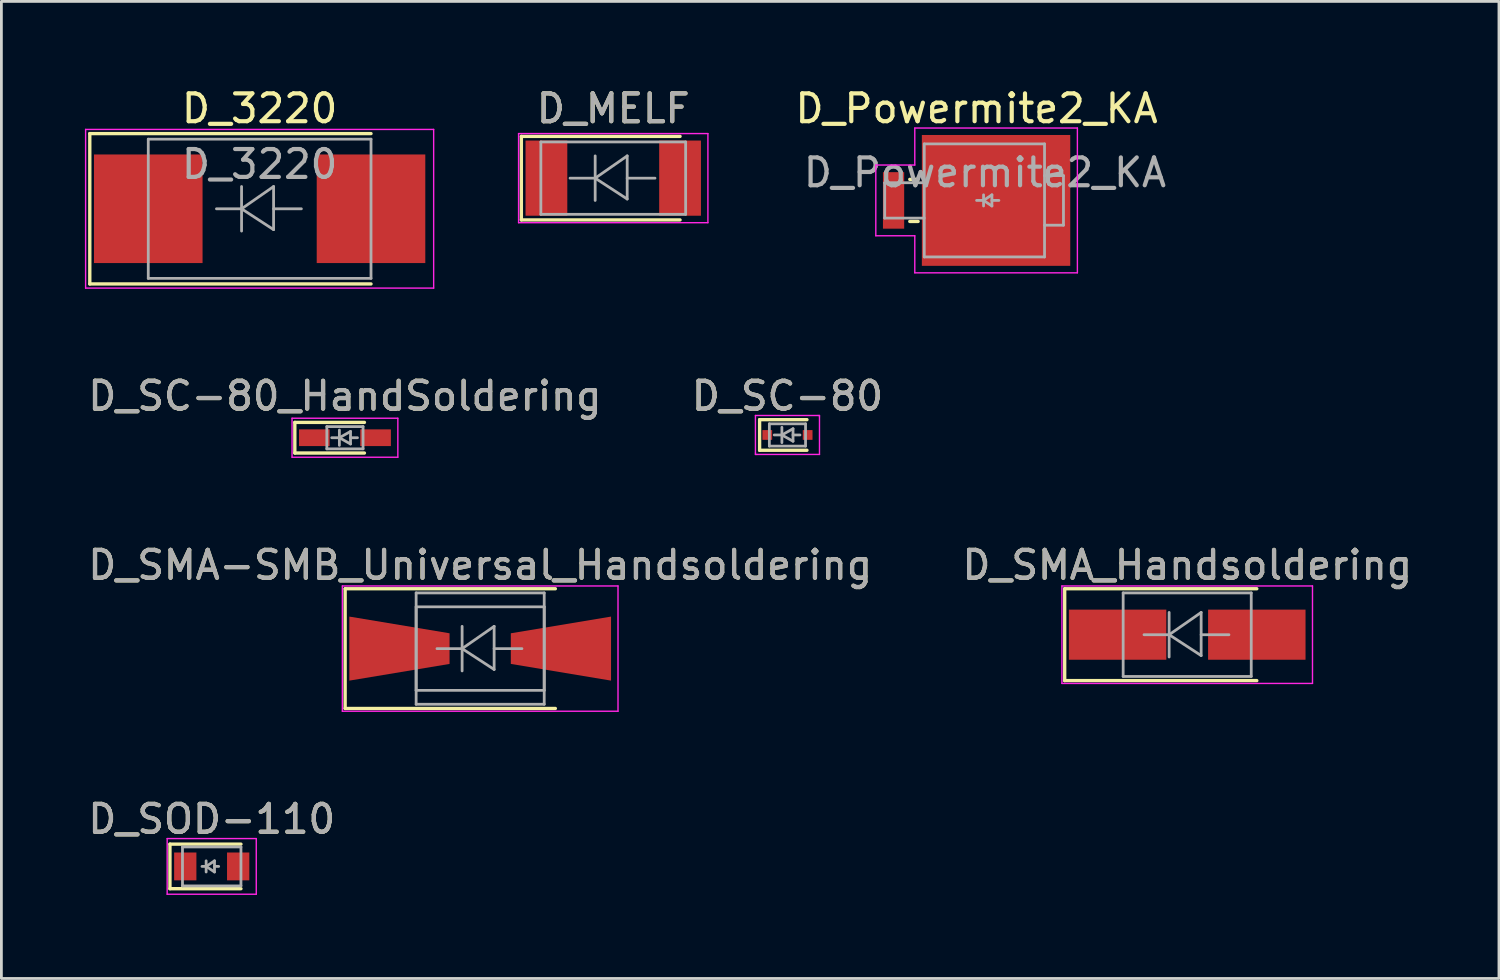
<source format=kicad_pcb>
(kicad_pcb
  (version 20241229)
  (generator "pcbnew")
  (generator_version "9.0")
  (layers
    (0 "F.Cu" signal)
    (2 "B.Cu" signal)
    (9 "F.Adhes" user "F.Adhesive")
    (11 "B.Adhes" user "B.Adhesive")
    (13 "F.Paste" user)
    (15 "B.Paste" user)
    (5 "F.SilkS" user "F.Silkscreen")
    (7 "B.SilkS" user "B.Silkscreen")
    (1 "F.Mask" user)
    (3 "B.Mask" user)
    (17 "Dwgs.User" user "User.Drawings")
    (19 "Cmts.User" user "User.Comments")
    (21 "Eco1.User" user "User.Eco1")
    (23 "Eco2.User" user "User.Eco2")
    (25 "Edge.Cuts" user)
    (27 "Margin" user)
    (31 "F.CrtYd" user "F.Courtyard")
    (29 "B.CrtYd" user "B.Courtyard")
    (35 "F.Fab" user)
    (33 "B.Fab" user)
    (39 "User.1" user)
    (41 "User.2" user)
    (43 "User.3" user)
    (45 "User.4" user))
  (footprint "D_SMA_Handsoldering"
    (layer "F.Cu")
    (at 39.589 19.745)
    (property "Reference" "D_SMA_Handsoldering" (at 0 -2.5 0) (layer "F.SilkS") (effects (font (size 1 1) (thickness 0.15))))
    (attr smd)
    (fp_line (start -4.4 -1.65) (end -4.4 1.65) (stroke (width 0.12) (type solid)) (layer "F.SilkS"))
    (fp_line (start -4.4 -1.65) (end 2.5 -1.65) (stroke (width 0.12) (type solid)) (layer "F.SilkS"))
    (fp_line (start -4.4 1.65) (end 2.5 1.65) (stroke (width 0.12) (type solid)) (layer "F.SilkS"))
    (fp_line (start -4.5 -1.75) (end 4.5 -1.75) (stroke (width 0.05) (type solid)) (layer "F.CrtYd"))
    (fp_line (start -4.5 1.75) (end -4.5 -1.75) (stroke (width 0.05) (type solid)) (layer "F.CrtYd"))
    (fp_line (start 4.5 -1.75) (end 4.5 1.75) (stroke (width 0.05) (type solid)) (layer "F.CrtYd"))
    (fp_line (start 4.5 1.75) (end -4.5 1.75) (stroke (width 0.05) (type solid)) (layer "F.CrtYd"))
    (fp_line (start -2.3 1.5) (end -2.3 -1.5) (stroke (width 0.1) (type solid)) (layer "F.Fab"))
    (fp_line (start -0.649 -0.799) (end -0.649 0.801) (stroke (width 0.1) (type solid)) (layer "F.Fab"))
    (fp_line (start -0.649 0.001) (end -1.551 0.001) (stroke (width 0.1) (type solid)) (layer "F.Fab"))
    (fp_line (start -0.649 0.001) (end 0.501 -0.799) (stroke (width 0.1) (type solid)) (layer "F.Fab"))
    (fp_line (start -0.649 0.001) (end 0.501 0.75) (stroke (width 0.1) (type solid)) (layer "F.Fab"))
    (fp_line (start 0.501 0.001) (end 1.499 0.001) (stroke (width 0.1) (type solid)) (layer "F.Fab"))
    (fp_line (start 0.501 0.75) (end 0.501 -0.799) (stroke (width 0.1) (type solid)) (layer "F.Fab"))
    (fp_line (start 2.3 -1.5) (end -2.3 -1.5) (stroke (width 0.1) (type solid)) (layer "F.Fab"))
    (fp_line (start 2.3 -1.5) (end 2.3 1.5) (stroke (width 0.1) (type solid)) (layer "F.Fab"))
    (fp_line (start 2.3 1.5) (end -2.3 1.5) (stroke (width 0.1) (type solid)) (layer "F.Fab"))
    (fp_text user "${REFERENCE}" (at 0 -2.5 0) (layer "F.Fab") (effects (font (size 1 1) (thickness 0.15))))
    (pad "1" smd rect (at -2.5 0) (size 3.5 1.8) (layers "F.Cu" "F.Mask" "F.Paste"))
    (pad "2" smd rect (at 2.5 0) (size 3.5 1.8) (layers "F.Cu" "F.Mask" "F.Paste")))
  (footprint "D_SOD-110"
    (layer "F.Cu")
    (at 4.554 28.068)
    (property "Reference" "D_SOD-110" (at 0 -1.7 0) (layer "F.SilkS") (effects (font (size 1 1) (thickness 0.15))))
    (attr smd)
    (fp_line (start -1.5 -0.8) (end -1.5 0.8) (stroke (width 0.12) (type solid)) (layer "F.SilkS"))
    (fp_line (start -1.5 -0.8) (end 1.05 -0.8) (stroke (width 0.12) (type solid)) (layer "F.SilkS"))
    (fp_line (start -1.5 0.8) (end 1.05 0.8) (stroke (width 0.12) (type solid)) (layer "F.SilkS"))
    (fp_line (start -1.6 -1) (end -1.6 1) (stroke (width 0.05) (type solid)) (layer "F.CrtYd"))
    (fp_line (start -1.6 -1) (end 1.6 -1) (stroke (width 0.05) (type solid)) (layer "F.CrtYd"))
    (fp_line (start 1.6 -1) (end 1.6 1) (stroke (width 0.05) (type solid)) (layer "F.CrtYd"))
    (fp_line (start 1.6 1) (end -1.6 1) (stroke (width 0.05) (type solid)) (layer "F.CrtYd"))
    (fp_line (start -1.05 -0.7) (end -1.05 0.7) (stroke (width 0.1) (type solid)) (layer "F.Fab"))
    (fp_line (start -1.05 0.7) (end 1.05 0.7) (stroke (width 0.1) (type solid)) (layer "F.Fab"))
    (fp_line (start -0.2 0) (end -0.35 0) (stroke (width 0.1) (type solid)) (layer "F.Fab"))
    (fp_line (start -0.2 0) (end 0.1 0.2) (stroke (width 0.1) (type solid)) (layer "F.Fab"))
    (fp_line (start -0.2 0.2) (end -0.2 -0.2) (stroke (width 0.1) (type solid)) (layer "F.Fab"))
    (fp_line (start 0.1 -0.2) (end -0.2 0) (stroke (width 0.1) (type solid)) (layer "F.Fab"))
    (fp_line (start 0.1 0) (end 0.25 0) (stroke (width 0.1) (type solid)) (layer "F.Fab"))
    (fp_line (start 0.1 0.2) (end 0.1 -0.2) (stroke (width 0.1) (type solid)) (layer "F.Fab"))
    (fp_line (start 1.05 -0.7) (end -1.05 -0.7) (stroke (width 0.1) (type solid)) (layer "F.Fab"))
    (fp_line (start 1.05 0.7) (end 1.05 -0.7) (stroke (width 0.1) (type solid)) (layer "F.Fab"))
    (fp_text user "${REFERENCE}" (at 0 -1.7 0) (layer "F.Fab") (effects (font (size 1 1) (thickness 0.15))))
    (pad "1" smd rect (at -0.95 0) (size 0.8 1) (layers "F.Cu" "F.Mask" "F.Paste"))
    (pad "2" smd rect (at 0.95 0) (size 0.8 1) (layers "F.Cu" "F.Mask" "F.Paste")))
  (footprint "D_SC-80"
    (layer "F.Cu")
    (at 25.232 12.572)
    (property "Reference" "D_SC-80" (at 0 -1.4 0) (layer "F.SilkS") (effects (font (size 1 1) (thickness 0.15))))
    (attr smd)
    (fp_line (start -1 -0.55) (end -1 0.55) (stroke (width 0.12) (type solid)) (layer "F.SilkS"))
    (fp_line (start -1 0.55) (end 0.7 0.55) (stroke (width 0.12) (type solid)) (layer "F.SilkS"))
    (fp_line (start 0.7 -0.55) (end -1 -0.55) (stroke (width 0.12) (type solid)) (layer "F.SilkS"))
    (fp_line (start -1.15 -0.7) (end 1.1 -0.7) (stroke (width 0.05) (type solid)) (layer "F.CrtYd"))
    (fp_line (start -1.15 0.65) (end -1.15 -0.7) (stroke (width 0.05) (type solid)) (layer "F.CrtYd"))
    (fp_line (start -1.15 0.65) (end -1.15 0.7) (stroke (width 0.05) (type solid)) (layer "F.CrtYd"))
    (fp_line (start -1.15 0.7) (end -1.1 0.7) (stroke (width 0.05) (type solid)) (layer "F.CrtYd"))
    (fp_line (start 1.1 -0.7) (end 1.15 -0.7) (stroke (width 0.05) (type solid)) (layer "F.CrtYd"))
    (fp_line (start 1.15 -0.7) (end 1.15 -0.65) (stroke (width 0.05) (type solid)) (layer "F.CrtYd"))
    (fp_line (start 1.15 -0.65) (end 1.15 0.7) (stroke (width 0.05) (type solid)) (layer "F.CrtYd"))
    (fp_line (start 1.15 0.7) (end -1.1 0.7) (stroke (width 0.05) (type solid)) (layer "F.CrtYd"))
    (fp_line (start -0.65 -0.4) (end 0.65 -0.4) (stroke (width 0.1) (type solid)) (layer "F.Fab"))
    (fp_line (start -0.65 0.4) (end -0.65 -0.4) (stroke (width 0.1) (type solid)) (layer "F.Fab"))
    (fp_line (start -0.2 -0.275) (end -0.2 0.275) (stroke (width 0.1) (type solid)) (layer "F.Fab"))
    (fp_line (start -0.2 0) (end -0.475 0) (stroke (width 0.1) (type solid)) (layer "F.Fab"))
    (fp_line (start -0.2 0) (end 0.2 -0.225) (stroke (width 0.1) (type solid)) (layer "F.Fab"))
    (fp_line (start 0.2 -0.225) (end 0.2 0.225) (stroke (width 0.1) (type solid)) (layer "F.Fab"))
    (fp_line (start 0.2 0) (end 0.45 0) (stroke (width 0.1) (type solid)) (layer "F.Fab"))
    (fp_line (start 0.2 0.225) (end -0.2 0) (stroke (width 0.1) (type solid)) (layer "F.Fab"))
    (fp_line (start 0.65 -0.4) (end 0.65 0.4) (stroke (width 0.1) (type solid)) (layer "F.Fab"))
    (fp_line (start 0.65 0.4) (end -0.65 0.4) (stroke (width 0.1) (type solid)) (layer "F.Fab"))
    (fp_text user "${REFERENCE}" (at 0 -1.4 0) (layer "F.Fab") (effects (font (size 1 1) (thickness 0.15))))
    (pad "1" smd rect (at -0.725 0) (size 0.35 0.35) (layers "F.Cu" "F.Mask" "F.Paste"))
    (pad "2" smd rect (at 0.725 0) (size 0.35 0.35) (layers "F.Cu" "F.Mask" "F.Paste")))
  (footprint "D_MELF"
    (layer "F.Cu")
    (at 18.975 3.348)
    (property "Reference" "D_MELF" (at 0 -2.5 0) (layer "F.SilkS") (effects (font (size 1 1) (thickness 0.15))))
    (attr smd)
    (fp_line (start -3.3 -1.5) (end -3.3 1.5) (stroke (width 0.12) (type solid)) (layer "F.SilkS"))
    (fp_line (start -3.3 1.5) (end 2.4 1.5) (stroke (width 0.12) (type solid)) (layer "F.SilkS"))
    (fp_line (start 2.4 -1.5) (end -3.3 -1.5) (stroke (width 0.12) (type solid)) (layer "F.SilkS"))
    (fp_line (start -3.4 -1.6) (end 3.4 -1.6) (stroke (width 0.05) (type solid)) (layer "F.CrtYd"))
    (fp_line (start -3.4 1.6) (end -3.4 -1.6) (stroke (width 0.05) (type solid)) (layer "F.CrtYd"))
    (fp_line (start 3.4 -1.6) (end 3.4 1.6) (stroke (width 0.05) (type solid)) (layer "F.CrtYd"))
    (fp_line (start 3.4 1.6) (end -3.4 1.6) (stroke (width 0.05) (type solid)) (layer "F.CrtYd"))
    (fp_line (start -2.6 -1.3) (end -2.6 1.3) (stroke (width 0.1) (type solid)) (layer "F.Fab"))
    (fp_line (start -2.6 1.3) (end 2.6 1.3) (stroke (width 0.1) (type solid)) (layer "F.Fab"))
    (fp_line (start -0.649 -0.799) (end -0.649 0.801) (stroke (width 0.1) (type solid)) (layer "F.Fab"))
    (fp_line (start -0.649 0.001) (end -1.551 0.001) (stroke (width 0.1) (type solid)) (layer "F.Fab"))
    (fp_line (start -0.649 0.001) (end 0.501 -0.799) (stroke (width 0.1) (type solid)) (layer "F.Fab"))
    (fp_line (start -0.649 0.001) (end 0.501 0.75) (stroke (width 0.1) (type solid)) (layer "F.Fab"))
    (fp_line (start 0.501 0.001) (end 1.499 0.001) (stroke (width 0.1) (type solid)) (layer "F.Fab"))
    (fp_line (start 0.501 0.75) (end 0.501 -0.799) (stroke (width 0.1) (type solid)) (layer "F.Fab"))
    (fp_line (start 2.6 -1.3) (end -2.6 -1.3) (stroke (width 0.1) (type solid)) (layer "F.Fab"))
    (fp_line (start 2.6 1.3) (end 2.6 -1.3) (stroke (width 0.1) (type solid)) (layer "F.Fab"))
    (fp_text user "${REFERENCE}" (at 0 -2.5 0) (layer "F.Fab") (effects (font (size 1 1) (thickness 0.15))))
    (pad "1" smd rect (at -2.4 0) (size 1.5 2.7) (layers "F.Cu" "F.Mask" "F.Paste"))
    (pad "2" smd rect (at 2.4 0) (size 1.5 2.7) (layers "F.Cu" "F.Mask" "F.Paste")))
  (footprint "D_3220"
    (layer "F.Cu")
    (at 6.275 4.448)
    (property "Reference" "D_3220" (at 0 -3.6 0) (layer "F.SilkS") (effects (font (size 1 1) (thickness 0.15))))
    (attr smd)
    (fp_line (start -6.1 -2.7) (end 4 -2.7) (stroke (width 0.12) (type solid)) (layer "F.SilkS"))
    (fp_line (start -6.1 2.7) (end -6.1 -2.7) (stroke (width 0.12) (type solid)) (layer "F.SilkS"))
    (fp_line (start -6.1 2.7) (end 4 2.7) (stroke (width 0.12) (type solid)) (layer "F.SilkS"))
    (fp_line (start -6.25 -2.85) (end 6.25 -2.85) (stroke (width 0.05) (type solid)) (layer "F.CrtYd"))
    (fp_line (start -6.25 2.85) (end -6.25 -2.85) (stroke (width 0.05) (type solid)) (layer "F.CrtYd"))
    (fp_line (start -6.25 2.85) (end 6.25 2.85) (stroke (width 0.05) (type solid)) (layer "F.CrtYd"))
    (fp_line (start 6.25 2.85) (end 6.25 -2.85) (stroke (width 0.05) (type solid)) (layer "F.CrtYd"))
    (fp_line (start -4 2.5) (end -4 -2.5) (stroke (width 0.1) (type solid)) (layer "F.Fab"))
    (fp_line (start -0.649 -0.799) (end -0.649 0.801) (stroke (width 0.1) (type solid)) (layer "F.Fab"))
    (fp_line (start -0.649 0.001) (end -1.551 0.001) (stroke (width 0.1) (type solid)) (layer "F.Fab"))
    (fp_line (start -0.649 0.001) (end 0.501 -0.799) (stroke (width 0.1) (type solid)) (layer "F.Fab"))
    (fp_line (start -0.649 0.001) (end 0.501 0.75) (stroke (width 0.1) (type solid)) (layer "F.Fab"))
    (fp_line (start 0.501 0.001) (end 1.499 0.001) (stroke (width 0.1) (type solid)) (layer "F.Fab"))
    (fp_line (start 0.501 0.75) (end 0.501 -0.799) (stroke (width 0.1) (type solid)) (layer "F.Fab"))
    (fp_line (start 4 -2.5) (end -4 -2.5) (stroke (width 0.1) (type solid)) (layer "F.Fab"))
    (fp_line (start 4 -2.5) (end 4 2.5) (stroke (width 0.1) (type solid)) (layer "F.Fab"))
    (fp_line (start 4 2.5) (end -4 2.5) (stroke (width 0.1) (type solid)) (layer "F.Fab"))
    (fp_text user "${REFERENCE}" (at 0 -1.6 0) (layer "F.Fab") (effects (font (size 1 1) (thickness 0.15))))
    (pad "1" smd rect (at -4 0 90) (size 3.9 3.9) (layers "F.Cu" "F.Mask" "F.Paste"))
    (pad "2" smd rect (at 4 0 90) (size 3.9 3.9) (layers "F.Cu" "F.Mask" "F.Paste")))
  (footprint "D_SC-80_HandSoldering"
    (layer "F.Cu")
    (at 9.339 12.671)
    (property "Reference" "D_SC-80_HandSoldering" (at 0 -1.5 0) (layer "F.SilkS") (effects (font (size 1 1) (thickness 0.15))))
    (attr smd)
    (fp_line (start -1.8 -0.55) (end -1.8 0.55) (stroke (width 0.12) (type solid)) (layer "F.SilkS"))
    (fp_line (start -1.8 -0.55) (end 0.7 -0.55) (stroke (width 0.12) (type solid)) (layer "F.SilkS"))
    (fp_line (start -1.8 0.55) (end 0.7 0.55) (stroke (width 0.12) (type solid)) (layer "F.SilkS"))
    (fp_line (start -1.9 0.7) (end -1.9 -0.7) (stroke (width 0.05) (type solid)) (layer "F.CrtYd"))
    (fp_line (start -1.9 0.7) (end 1.9 0.7) (stroke (width 0.05) (type solid)) (layer "F.CrtYd"))
    (fp_line (start 1.9 -0.7) (end -1.9 -0.7) (stroke (width 0.05) (type solid)) (layer "F.CrtYd"))
    (fp_line (start 1.9 -0.7) (end 1.9 0.7) (stroke (width 0.05) (type solid)) (layer "F.CrtYd"))
    (fp_line (start -0.65 -0.4) (end 0.65 -0.4) (stroke (width 0.1) (type solid)) (layer "F.Fab"))
    (fp_line (start -0.65 0.4) (end -0.65 -0.4) (stroke (width 0.1) (type solid)) (layer "F.Fab"))
    (fp_line (start -0.2 -0.275) (end -0.2 0.275) (stroke (width 0.1) (type solid)) (layer "F.Fab"))
    (fp_line (start -0.2 0) (end -0.475 0) (stroke (width 0.1) (type solid)) (layer "F.Fab"))
    (fp_line (start -0.2 0) (end 0.2 -0.225) (stroke (width 0.1) (type solid)) (layer "F.Fab"))
    (fp_line (start 0.2 -0.225) (end 0.2 0.225) (stroke (width 0.1) (type solid)) (layer "F.Fab"))
    (fp_line (start 0.2 0) (end 0.45 0) (stroke (width 0.1) (type solid)) (layer "F.Fab"))
    (fp_line (start 0.2 0.225) (end -0.2 0) (stroke (width 0.1) (type solid)) (layer "F.Fab"))
    (fp_line (start 0.65 -0.4) (end 0.65 0.4) (stroke (width 0.1) (type solid)) (layer "F.Fab"))
    (fp_line (start 0.65 0.4) (end -0.65 0.4) (stroke (width 0.1) (type solid)) (layer "F.Fab"))
    (fp_text user "${REFERENCE}" (at 0 -1.5 0) (layer "F.Fab") (effects (font (size 1 1) (thickness 0.15))))
    (pad "1" smd rect (at -1.1 0) (size 1.1 0.6) (layers "F.Cu" "F.Mask" "F.Paste"))
    (pad "2" smd rect (at 1.1 0) (size 1.1 0.6) (layers "F.Cu" "F.Mask" "F.Paste")))
  (footprint "D_SMA-SMB_Universal_Handsoldering"
    (layer "F.Cu")
    (at 14.196 20.245)
    (property "Reference" "D_SMA-SMB_Universal_Handsoldering" (at 0 -3 0) (layer "F.SilkS") (effects (font (size 1 1) (thickness 0.15))))
    (attr smd)
    (fp_line (start -4.85 -2.15) (end -4.85 2.15) (stroke (width 0.12) (type solid)) (layer "F.SilkS"))
    (fp_line (start -4.85 -2.15) (end 2.7 -2.15) (stroke (width 0.12) (type solid)) (layer "F.SilkS"))
    (fp_line (start -4.85 2.15) (end 2.7 2.15) (stroke (width 0.12) (type solid)) (layer "F.SilkS"))
    (fp_line (start -4.95 -2.25) (end 4.95 -2.25) (stroke (width 0.05) (type solid)) (layer "F.CrtYd"))
    (fp_line (start -4.95 2.25) (end -4.95 -2.25) (stroke (width 0.05) (type solid)) (layer "F.CrtYd"))
    (fp_line (start 4.95 -2.25) (end 4.95 2.25) (stroke (width 0.05) (type solid)) (layer "F.CrtYd"))
    (fp_line (start 4.95 2.25) (end -4.95 2.25) (stroke (width 0.05) (type solid)) (layer "F.CrtYd"))
    (fp_line (start -2.3 1.5) (end -2.3 -1.5) (stroke (width 0.1) (type solid)) (layer "F.Fab"))
    (fp_line (start -2.3 2) (end -2.3 -2) (stroke (width 0.1) (type solid)) (layer "F.Fab"))
    (fp_line (start -0.649 -0.799) (end -0.649 0.801) (stroke (width 0.1) (type solid)) (layer "F.Fab"))
    (fp_line (start -0.649 0.001) (end -1.551 0.001) (stroke (width 0.1) (type solid)) (layer "F.Fab"))
    (fp_line (start -0.649 0.001) (end 0.501 -0.799) (stroke (width 0.1) (type solid)) (layer "F.Fab"))
    (fp_line (start -0.649 0.001) (end 0.501 0.75) (stroke (width 0.1) (type solid)) (layer "F.Fab"))
    (fp_line (start 0.501 0.001) (end 1.499 0.001) (stroke (width 0.1) (type solid)) (layer "F.Fab"))
    (fp_line (start 0.501 0.75) (end 0.501 -0.799) (stroke (width 0.1) (type solid)) (layer "F.Fab"))
    (fp_line (start 2.3 -2) (end -2.3 -2) (stroke (width 0.1) (type solid)) (layer "F.Fab"))
    (fp_line (start 2.3 -2) (end 2.3 2) (stroke (width 0.1) (type solid)) (layer "F.Fab"))
    (fp_line (start 2.3 -1.5) (end -2.3 -1.5) (stroke (width 0.1) (type solid)) (layer "F.Fab"))
    (fp_line (start 2.3 -1.5) (end 2.3 1.5) (stroke (width 0.1) (type solid)) (layer "F.Fab"))
    (fp_line (start 2.3 1.5) (end -2.3 1.5) (stroke (width 0.1) (type solid)) (layer "F.Fab"))
    (fp_line (start 2.3 2) (end -2.3 2) (stroke (width 0.1) (type solid)) (layer "F.Fab"))
    (fp_text user "${REFERENCE}" (at 0 -3 0) (layer "F.Fab") (effects (font (size 1 1) (thickness 0.15))))
    (pad "1" smd trapezoid (at -2.9 0) (size 3.6 1.7) (rect_delta 0.6 0) (layers "F.Cu" "F.Mask" "F.Paste"))
    (pad "2" smd trapezoid (at 2.9 0 180) (size 3.6 1.7) (rect_delta 0.6 0) (layers "F.Cu" "F.Mask" "F.Paste")))
  (footprint "D_Powermite2_KA"
    (layer "F.Cu")
    (at 32.025 4.148)
    (property "Reference" "D_Powermite2_KA" (at 0 -3.3 0) (layer "F.SilkS") (effects (font (size 1 1) (thickness 0.15))))
    (attr smd)
    (fp_line (start -2.4 -0.755) (end -2.1 -0.755) (stroke (width 0.12) (type solid)) (layer "F.SilkS"))
    (fp_line (start -2.4 0.755) (end -2.1 0.755) (stroke (width 0.12) (type solid)) (layer "F.SilkS"))
    (fp_line (start -3.62 -1.27) (end -3.62 1.27) (stroke (width 0.05) (type solid)) (layer "F.CrtYd"))
    (fp_line (start -3.62 1.27) (end -2.22 1.27) (stroke (width 0.05) (type solid)) (layer "F.CrtYd"))
    (fp_line (start -2.22 -2.6) (end -2.22 -1.27) (stroke (width 0.05) (type solid)) (layer "F.CrtYd"))
    (fp_line (start -2.22 -1.27) (end -3.62 -1.27) (stroke (width 0.05) (type solid)) (layer "F.CrtYd"))
    (fp_line (start -2.22 1.27) (end -2.22 2.6) (stroke (width 0.05) (type solid)) (layer "F.CrtYd"))
    (fp_line (start -2.22 2.6) (end 3.62 2.6) (stroke (width 0.05) (type solid)) (layer "F.CrtYd"))
    (fp_line (start 3.62 -2.6) (end -2.22 -2.6) (stroke (width 0.05) (type solid)) (layer "F.CrtYd"))
    (fp_line (start 3.62 2.6) (end 3.62 -2.6) (stroke (width 0.05) (type solid)) (layer "F.CrtYd"))
    (fp_line (start -3.3 -0.635) (end -3.3 0.635) (stroke (width 0.1) (type solid)) (layer "F.Fab"))
    (fp_line (start -3.3 -0.635) (end -1.88 -0.635) (stroke (width 0.1) (type solid)) (layer "F.Fab"))
    (fp_line (start -3.3 0.635) (end -1.88 0.635) (stroke (width 0.1) (type solid)) (layer "F.Fab"))
    (fp_line (start -1.88 -2.03) (end -1.88 2.03) (stroke (width 0.1) (type solid)) (layer "F.Fab"))
    (fp_line (start -1.88 2.03) (end 2.44 2.03) (stroke (width 0.1) (type solid)) (layer "F.Fab"))
    (fp_line (start 0.25 0) (end 0 0) (stroke (width 0.1) (type solid)) (layer "F.Fab"))
    (fp_line (start 0.25 0) (end 0.55 0.2) (stroke (width 0.1) (type solid)) (layer "F.Fab"))
    (fp_line (start 0.25 0.2) (end 0.25 -0.2) (stroke (width 0.1) (type solid)) (layer "F.Fab"))
    (fp_line (start 0.55 -0.2) (end 0.25 0) (stroke (width 0.1) (type solid)) (layer "F.Fab"))
    (fp_line (start 0.55 0) (end 0.8 0) (stroke (width 0.1) (type solid)) (layer "F.Fab"))
    (fp_line (start 0.55 0.2) (end 0.55 -0.2) (stroke (width 0.1) (type solid)) (layer "F.Fab"))
    (fp_line (start 2.44 -2.03) (end -1.88 -2.03) (stroke (width 0.1) (type solid)) (layer "F.Fab"))
    (fp_line (start 2.44 -0.89) (end 3.12 -0.89) (stroke (width 0.1) (type solid)) (layer "F.Fab"))
    (fp_line (start 2.44 2.03) (end 2.44 -2.03) (stroke (width 0.1) (type solid)) (layer "F.Fab"))
    (fp_line (start 3.12 -0.89) (end 3.12 0.89) (stroke (width 0.1) (type solid)) (layer "F.Fab"))
    (fp_line (start 3.12 0.89) (end 2.44 0.89) (stroke (width 0.1) (type solid)) (layer "F.Fab"))
    (fp_text user "${REFERENCE}" (at 0.3 -1 0) (layer "F.Fab") (effects (font (size 1 1) (thickness 0.15))))
    (pad "1" smd rect (at -2.982 0) (size 0.762 2.03) (layers "F.Cu" "F.Mask" "F.Paste"))
    (pad "2" smd rect (at 0.699 0) (size 5.33 4.7) (layers "F.Cu" "F.Mask" "F.Paste")))
  (gr_rect
    (start -3 -3)
    (end 50.786 32.093)
    (stroke (width 0.1) (type default))
    (fill no)
    (layer "Edge.Cuts")))
</source>
